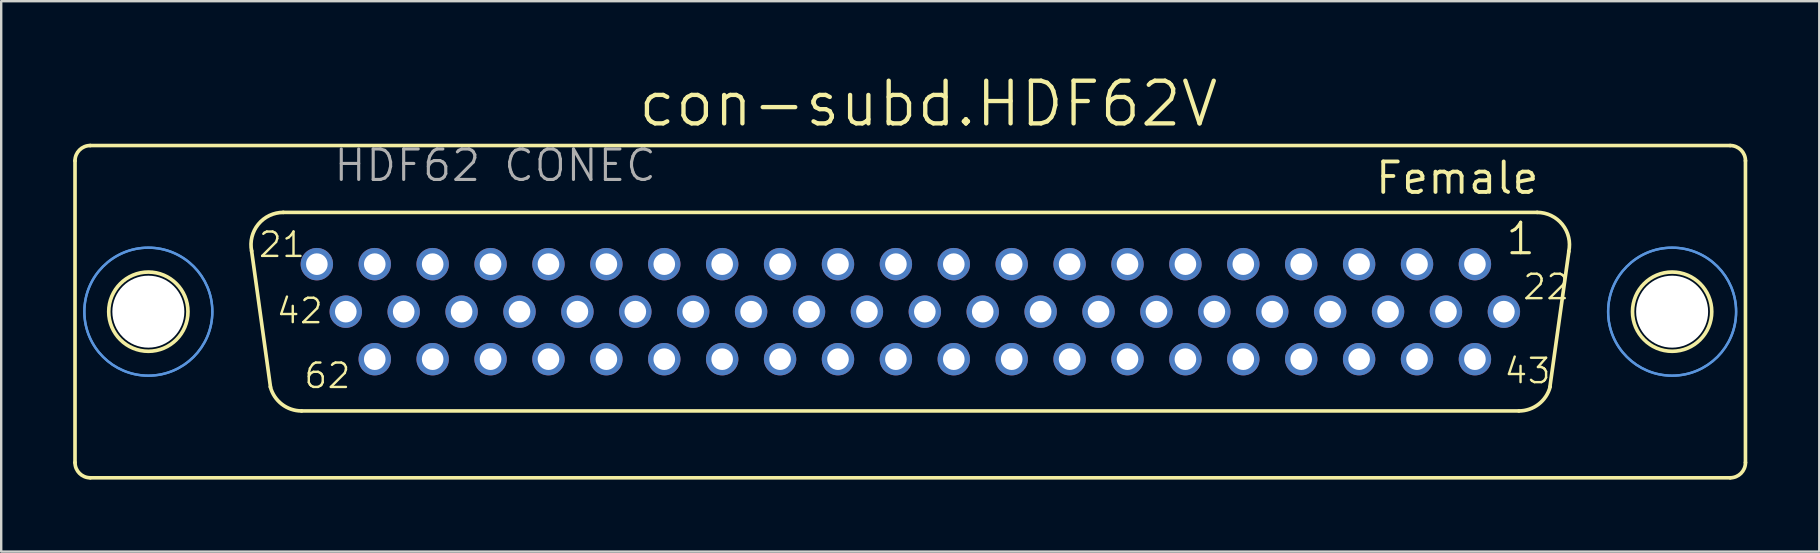
<source format=kicad_pcb>
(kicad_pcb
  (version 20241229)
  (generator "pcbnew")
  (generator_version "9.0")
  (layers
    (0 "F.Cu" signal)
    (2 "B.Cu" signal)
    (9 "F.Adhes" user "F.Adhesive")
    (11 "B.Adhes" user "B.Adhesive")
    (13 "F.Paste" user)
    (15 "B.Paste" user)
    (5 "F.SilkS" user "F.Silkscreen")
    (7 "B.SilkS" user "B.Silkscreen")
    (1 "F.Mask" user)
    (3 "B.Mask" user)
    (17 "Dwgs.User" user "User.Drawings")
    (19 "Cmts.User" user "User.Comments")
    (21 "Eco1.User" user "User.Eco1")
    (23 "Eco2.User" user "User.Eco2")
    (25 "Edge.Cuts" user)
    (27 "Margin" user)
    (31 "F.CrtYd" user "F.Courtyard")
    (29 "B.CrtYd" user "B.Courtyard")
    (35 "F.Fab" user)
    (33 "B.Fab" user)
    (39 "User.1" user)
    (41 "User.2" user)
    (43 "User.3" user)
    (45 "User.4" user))
  (footprint "con-subd.HDF62V"
    (layer "F.Cu")
    (at 34.882 9.938)
    (property "Reference" "con-subd.HDF62V" (at -11.43 -7.62 0) (layer "F.SilkS") (effects (font (size 1.778 1.778) (thickness 0.18)) (justify left bottom)))
    (attr through_hole)
    (fp_line (start -34.806 -6.288) (end -34.806 6.288) (stroke (width 0.152) (type default)) (layer "F.SilkS"))
    (fp_line (start -34.163 6.923) (end 34.171 6.923) (stroke (width 0.152) (type default)) (layer "F.SilkS"))
    (fp_line (start -26.659 3.146) (end -27.447 -2.537) (stroke (width 0.152) (type default)) (layer "F.SilkS"))
    (fp_line (start -26.126 -4.137) (end 26.126 -4.137) (stroke (width 0.152) (type default)) (layer "F.SilkS"))
    (fp_line (start -25.364 4.137) (end 25.364 4.137) (stroke (width 0.152) (type default)) (layer "F.SilkS"))
    (fp_line (start 27.447 -2.511) (end 26.659 3.121) (stroke (width 0.152) (type default)) (layer "F.SilkS"))
    (fp_line (start 34.163 -6.923) (end -34.171 -6.923) (stroke (width 0.152) (type default)) (layer "F.SilkS"))
    (fp_line (start 34.806 -6.288) (end 34.806 6.288) (stroke (width 0.152) (type default)) (layer "F.SilkS"))
    (fp_arc (start -34.806 -6.288) (mid -34.620013 -6.737013) (end -34.171 -6.923) (stroke (width 0.1524) (type default)) (layer "F.SilkS"))
    (fp_arc (start -34.171 6.923) (mid -34.620013 6.737013) (end -34.806 6.288) (stroke (width 0.1524) (type default)) (layer "F.SilkS"))
    (fp_arc (start -27.4461 -2.5268) (mid -27.167082 -3.644284) (end -26.126 -4.137) (stroke (width 0.1524) (type default)) (layer "F.SilkS"))
    (fp_arc (start -25.364 4.137) (mid -26.1875 3.855746) (end -26.6669 3.1295) (stroke (width 0.1524) (type default)) (layer "F.SilkS"))
    (fp_arc (start 26.126 -4.137) (mid 27.174556 -3.635184) (end 27.4415 -2.5038) (stroke (width 0.1524) (type default)) (layer "F.SilkS"))
    (fp_arc (start 26.6669 3.1295) (mid 26.1875 3.855746) (end 25.364 4.137) (stroke (width 0.1524) (type default)) (layer "F.SilkS"))
    (fp_arc (start 34.171 -6.923) (mid 34.620013 -6.737013) (end 34.806 -6.288) (stroke (width 0.1524) (type default)) (layer "F.SilkS"))
    (fp_arc (start 34.806 6.288) (mid 34.620013 6.737013) (end 34.171 6.923) (stroke (width 0.1524) (type default)) (layer "F.SilkS"))
    (fp_circle (center -31.75 0) (end -30.099 0) (stroke (width 0.152) (type default)) (fill no) (layer "F.SilkS"))
    (fp_circle (center 31.75 0) (end 33.401 0) (stroke (width 0.152) (type default)) (fill no) (layer "F.SilkS"))
    (fp_circle (center -31.75 0) (end -29.083 0) (stroke (width 0.1) (type default)) (fill no) (layer "Cmts.User"))
    (fp_circle (center -31.75 0) (end -29.083 0) (stroke (width 0.1) (type default)) (fill no) (layer "Cmts.User"))
    (fp_circle (center 31.75 0) (end 34.417 0) (stroke (width 0.1) (type default)) (fill no) (layer "Cmts.User"))
    (fp_circle (center 31.75 0) (end 34.417 0) (stroke (width 0.1) (type default)) (fill no) (layer "Cmts.User"))
    (fp_text user "Female" (at 19.304 -4.826 0) (layer "F.SilkS") (effects (font (size 1.27 1.27) (thickness 0.16)) (justify left bottom)))
    (fp_text user "43" (at 24.69 3.065 0) (layer "F.SilkS") (effects (font (size 1.016 1.016) (thickness 0.1)) (justify left bottom)))
    (fp_text user "21" (at -27.218 -2.195 0) (layer "F.SilkS") (effects (font (size 1.016 1.016) (thickness 0.1)) (justify left bottom)))
    (fp_text user "1" (at 24.747 -2.295 0) (layer "F.SilkS") (effects (font (size 1.27 1.27) (thickness 0.13)) (justify left bottom)))
    (fp_text user "62" (at -25.323 3.265 0) (layer "F.SilkS") (effects (font (size 1.016 1.016) (thickness 0.1)) (justify left bottom)))
    (fp_text user "22" (at 25.468 -0.435 0) (layer "F.SilkS") (effects (font (size 1.016 1.016) (thickness 0.1)) (justify left bottom)))
    (fp_text user "42" (at -26.475 0.565 0) (layer "F.SilkS") (effects (font (size 1.016 1.016) (thickness 0.1)) (justify left bottom)))
    (fp_text user "HDF62 CONEC" (at -24.098 -5.349 0) (layer "F.Fab") (effects (font (size 1.27 1.27) (thickness 0.13)) (justify left bottom)))
    (pad "" np_thru_hole circle (at -31.75 0) (size 3 3) (drill 3) (layers "*.Cu" "*.Mask"))
    (pad "" np_thru_hole circle (at 31.75 0) (size 3 3) (drill 3) (layers "*.Cu" "*.Mask"))
    (pad "1" thru_hole circle (at 23.532 -1.98) (size 1.35 1.35) (drill 0.9) (layers "*.Cu" "*.Mask"))
    (pad "2" thru_hole circle (at 21.119 -1.98) (size 1.35 1.35) (drill 0.9) (layers "*.Cu" "*.Mask"))
    (pad "3" thru_hole circle (at 18.706 -1.98) (size 1.35 1.35) (drill 0.9) (layers "*.Cu" "*.Mask"))
    (pad "4" thru_hole circle (at 16.293 -1.98) (size 1.35 1.35) (drill 0.9) (layers "*.Cu" "*.Mask"))
    (pad "5" thru_hole circle (at 13.88 -1.98) (size 1.35 1.35) (drill 0.9) (layers "*.Cu" "*.Mask"))
    (pad "6" thru_hole circle (at 11.467 -1.98) (size 1.35 1.35) (drill 0.9) (layers "*.Cu" "*.Mask"))
    (pad "7" thru_hole circle (at 9.054 -1.98) (size 1.35 1.35) (drill 0.9) (layers "*.Cu" "*.Mask"))
    (pad "8" thru_hole circle (at 6.641 -1.98) (size 1.35 1.35) (drill 0.9) (layers "*.Cu" "*.Mask"))
    (pad "9" thru_hole circle (at 4.228 -1.98) (size 1.35 1.35) (drill 0.9) (layers "*.Cu" "*.Mask"))
    (pad "10" thru_hole circle (at 1.815 -1.98) (size 1.35 1.35) (drill 0.9) (layers "*.Cu" "*.Mask"))
    (pad "11" thru_hole circle (at -0.598 -1.98) (size 1.35 1.35) (drill 0.9) (layers "*.Cu" "*.Mask"))
    (pad "12" thru_hole circle (at -3.011 -1.98) (size 1.35 1.35) (drill 0.9) (layers "*.Cu" "*.Mask"))
    (pad "13" thru_hole circle (at -5.424 -1.98) (size 1.35 1.35) (drill 0.9) (layers "*.Cu" "*.Mask"))
    (pad "14" thru_hole circle (at -7.837 -1.98) (size 1.35 1.35) (drill 0.9) (layers "*.Cu" "*.Mask"))
    (pad "15" thru_hole circle (at -10.25 -1.98) (size 1.35 1.35) (drill 0.9) (layers "*.Cu" "*.Mask"))
    (pad "16" thru_hole circle (at -12.663 -1.98) (size 1.35 1.35) (drill 0.9) (layers "*.Cu" "*.Mask"))
    (pad "17" thru_hole circle (at -15.076 -1.98) (size 1.35 1.35) (drill 0.9) (layers "*.Cu" "*.Mask"))
    (pad "18" thru_hole circle (at -17.489 -1.98) (size 1.35 1.35) (drill 0.9) (layers "*.Cu" "*.Mask"))
    (pad "19" thru_hole circle (at -19.902 -1.98) (size 1.35 1.35) (drill 0.9) (layers "*.Cu" "*.Mask"))
    (pad "20" thru_hole circle (at -22.315 -1.98) (size 1.35 1.35) (drill 0.9) (layers "*.Cu" "*.Mask"))
    (pad "21" thru_hole circle (at -24.728 -1.98) (size 1.35 1.35) (drill 0.9) (layers "*.Cu" "*.Mask"))
    (pad "22" thru_hole circle (at 24.739 0) (size 1.35 1.35) (drill 0.9) (layers "*.Cu" "*.Mask"))
    (pad "23" thru_hole circle (at 22.325 0) (size 1.35 1.35) (drill 0.9) (layers "*.Cu" "*.Mask"))
    (pad "24" thru_hole circle (at 19.912 0) (size 1.35 1.35) (drill 0.9) (layers "*.Cu" "*.Mask"))
    (pad "25" thru_hole circle (at 17.499 0) (size 1.35 1.35) (drill 0.9) (layers "*.Cu" "*.Mask"))
    (pad "26" thru_hole circle (at 15.086 0) (size 1.35 1.35) (drill 0.9) (layers "*.Cu" "*.Mask"))
    (pad "27" thru_hole circle (at 12.673 0) (size 1.35 1.35) (drill 0.9) (layers "*.Cu" "*.Mask"))
    (pad "28" thru_hole circle (at 10.26 0) (size 1.35 1.35) (drill 0.9) (layers "*.Cu" "*.Mask"))
    (pad "29" thru_hole circle (at 7.847 0) (size 1.35 1.35) (drill 0.9) (layers "*.Cu" "*.Mask"))
    (pad "30" thru_hole circle (at 5.434 0) (size 1.35 1.35) (drill 0.9) (layers "*.Cu" "*.Mask"))
    (pad "31" thru_hole circle (at 3.021 0) (size 1.35 1.35) (drill 0.9) (layers "*.Cu" "*.Mask"))
    (pad "32" thru_hole circle (at 0.608 0) (size 1.35 1.35) (drill 0.9) (layers "*.Cu" "*.Mask"))
    (pad "33" thru_hole circle (at -1.805 0) (size 1.35 1.35) (drill 0.9) (layers "*.Cu" "*.Mask"))
    (pad "34" thru_hole circle (at -4.218 0) (size 1.35 1.35) (drill 0.9) (layers "*.Cu" "*.Mask"))
    (pad "35" thru_hole circle (at -6.631 0) (size 1.35 1.35) (drill 0.9) (layers "*.Cu" "*.Mask"))
    (pad "36" thru_hole circle (at -9.044 0) (size 1.35 1.35) (drill 0.9) (layers "*.Cu" "*.Mask"))
    (pad "37" thru_hole circle (at -11.457 0) (size 1.35 1.35) (drill 0.9) (layers "*.Cu" "*.Mask"))
    (pad "38" thru_hole circle (at -13.87 0) (size 1.35 1.35) (drill 0.9) (layers "*.Cu" "*.Mask"))
    (pad "39" thru_hole circle (at -16.283 0) (size 1.35 1.35) (drill 0.9) (layers "*.Cu" "*.Mask"))
    (pad "40" thru_hole circle (at -18.696 0) (size 1.35 1.35) (drill 0.9) (layers "*.Cu" "*.Mask"))
    (pad "41" thru_hole circle (at -21.109 0) (size 1.35 1.35) (drill 0.9) (layers "*.Cu" "*.Mask"))
    (pad "42" thru_hole circle (at -23.522 0) (size 1.35 1.35) (drill 0.9) (layers "*.Cu" "*.Mask"))
    (pad "43" thru_hole circle (at 23.532 1.98) (size 1.35 1.35) (drill 0.9) (layers "*.Cu" "*.Mask"))
    (pad "44" thru_hole circle (at 21.119 1.98) (size 1.35 1.35) (drill 0.9) (layers "*.Cu" "*.Mask"))
    (pad "45" thru_hole circle (at 18.706 1.98) (size 1.35 1.35) (drill 0.9) (layers "*.Cu" "*.Mask"))
    (pad "46" thru_hole circle (at 16.293 1.98) (size 1.35 1.35) (drill 0.9) (layers "*.Cu" "*.Mask"))
    (pad "47" thru_hole circle (at 13.88 1.98) (size 1.35 1.35) (drill 0.9) (layers "*.Cu" "*.Mask"))
    (pad "48" thru_hole circle (at 11.467 1.98) (size 1.35 1.35) (drill 0.9) (layers "*.Cu" "*.Mask"))
    (pad "49" thru_hole circle (at 9.054 1.98) (size 1.35 1.35) (drill 0.9) (layers "*.Cu" "*.Mask"))
    (pad "50" thru_hole circle (at 6.641 1.98) (size 1.35 1.35) (drill 0.9) (layers "*.Cu" "*.Mask"))
    (pad "51" thru_hole circle (at 4.228 1.98) (size 1.35 1.35) (drill 0.9) (layers "*.Cu" "*.Mask"))
    (pad "52" thru_hole circle (at 1.815 1.98) (size 1.35 1.35) (drill 0.9) (layers "*.Cu" "*.Mask"))
    (pad "53" thru_hole circle (at -0.598 1.98) (size 1.35 1.35) (drill 0.9) (layers "*.Cu" "*.Mask"))
    (pad "54" thru_hole circle (at -3.011 1.98) (size 1.35 1.35) (drill 0.9) (layers "*.Cu" "*.Mask"))
    (pad "55" thru_hole circle (at -5.424 1.98) (size 1.35 1.35) (drill 0.9) (layers "*.Cu" "*.Mask"))
    (pad "56" thru_hole circle (at -7.837 1.98) (size 1.35 1.35) (drill 0.9) (layers "*.Cu" "*.Mask"))
    (pad "57" thru_hole circle (at -10.25 1.98) (size 1.35 1.35) (drill 0.9) (layers "*.Cu" "*.Mask"))
    (pad "58" thru_hole circle (at -12.663 1.98) (size 1.35 1.35) (drill 0.9) (layers "*.Cu" "*.Mask"))
    (pad "59" thru_hole circle (at -15.076 1.98) (size 1.35 1.35) (drill 0.9) (layers "*.Cu" "*.Mask"))
    (pad "60" thru_hole circle (at -17.489 1.98) (size 1.35 1.35) (drill 0.9) (layers "*.Cu" "*.Mask"))
    (pad "61" thru_hole circle (at -19.902 1.98) (size 1.35 1.35) (drill 0.9) (layers "*.Cu" "*.Mask"))
    (pad "62" thru_hole circle (at -22.315 1.98) (size 1.35 1.35) (drill 0.9) (layers "*.Cu" "*.Mask")))
  (gr_rect
    (start -3 -3)
    (end 72.764 19.937)
    (stroke (width 0.1) (type default))
    (fill no)
    (layer "Edge.Cuts")))
</source>
